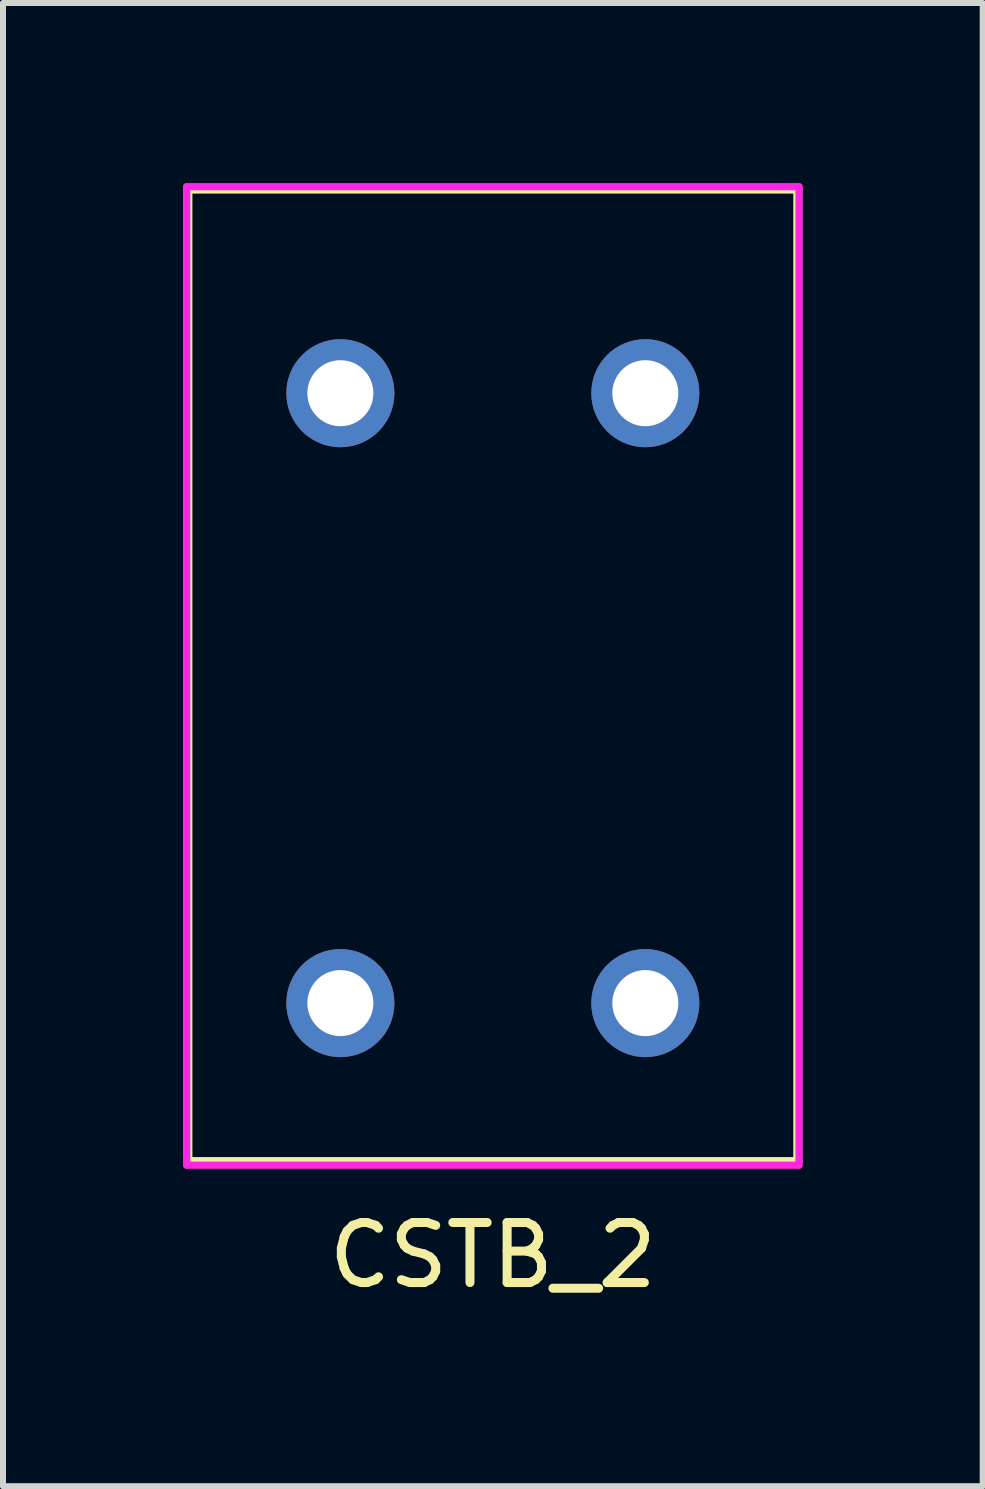
<source format=kicad_pcb>
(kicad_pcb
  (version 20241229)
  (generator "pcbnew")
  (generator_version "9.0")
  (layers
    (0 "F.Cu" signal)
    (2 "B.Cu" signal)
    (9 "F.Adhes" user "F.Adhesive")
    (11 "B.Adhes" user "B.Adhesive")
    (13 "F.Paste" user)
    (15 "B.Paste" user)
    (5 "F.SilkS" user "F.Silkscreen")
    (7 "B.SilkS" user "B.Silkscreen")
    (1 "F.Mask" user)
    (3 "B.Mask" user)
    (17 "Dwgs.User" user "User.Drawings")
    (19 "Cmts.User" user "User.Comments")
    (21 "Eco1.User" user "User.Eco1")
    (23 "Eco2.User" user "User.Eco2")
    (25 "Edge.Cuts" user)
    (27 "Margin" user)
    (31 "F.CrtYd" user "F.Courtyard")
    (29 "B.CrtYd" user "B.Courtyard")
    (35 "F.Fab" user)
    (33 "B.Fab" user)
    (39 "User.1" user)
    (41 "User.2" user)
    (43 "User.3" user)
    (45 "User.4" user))
  (footprint "CSTB_2"
    (layer "F.Cu")
    (at 5.16 13.66)
    (property "Reference" "CSTB_2" (at 0 4.2 0) (layer "F.SilkS") (effects (font (size 1 1) (thickness 0.15))))
    (attr through_hole)
    (fp_line (start -5.08 -13.56) (end -5.08 2.64) (stroke (width 0.15) (type solid)) (layer "F.SilkS"))
    (fp_line (start -5.08 2.64) (end 5.08 2.64) (stroke (width 0.15) (type solid)) (layer "F.SilkS"))
    (fp_line (start 5.08 -13.56) (end -5.08 -13.56) (stroke (width 0.15) (type solid)) (layer "F.SilkS"))
    (fp_line (start 5.08 2.64) (end 5.08 -13.56) (stroke (width 0.15) (type solid)) (layer "F.SilkS"))
    (fp_line (start -5.1 -13.6) (end 5.1 -13.6) (stroke (width 0.12) (type solid)) (layer "F.CrtYd"))
    (fp_line (start -5.1 2.7) (end -5.1 -13.6) (stroke (width 0.12) (type solid)) (layer "F.CrtYd"))
    (fp_line (start 5.1 -13.6) (end 5.1 2.7) (stroke (width 0.12) (type solid)) (layer "F.CrtYd"))
    (fp_line (start 5.1 2.7) (end -5.1 2.7) (stroke (width 0.12) (type solid)) (layer "F.CrtYd"))
    (pad "1" thru_hole circle (at -2.54 -10.16) (size 1.8 1.8) (drill 1.1) (layers "*.Cu" "*.Mask"))
    (pad "1" thru_hole circle (at -2.54 0) (size 1.8 1.8) (drill 1.1) (layers "*.Cu" "*.Mask"))
    (pad "2" thru_hole circle (at 2.54 -10.16) (size 1.8 1.8) (drill 1.1) (layers "*.Cu" "*.Mask"))
    (pad "2" thru_hole circle (at 2.54 0) (size 1.8 1.8) (drill 1.1) (layers "*.Cu" "*.Mask")))
  (gr_rect
    (start -3 -3)
    (end 13.32 21.708)
    (stroke (width 0.1) (type default))
    (fill no)
    (layer "Edge.Cuts")))
</source>
